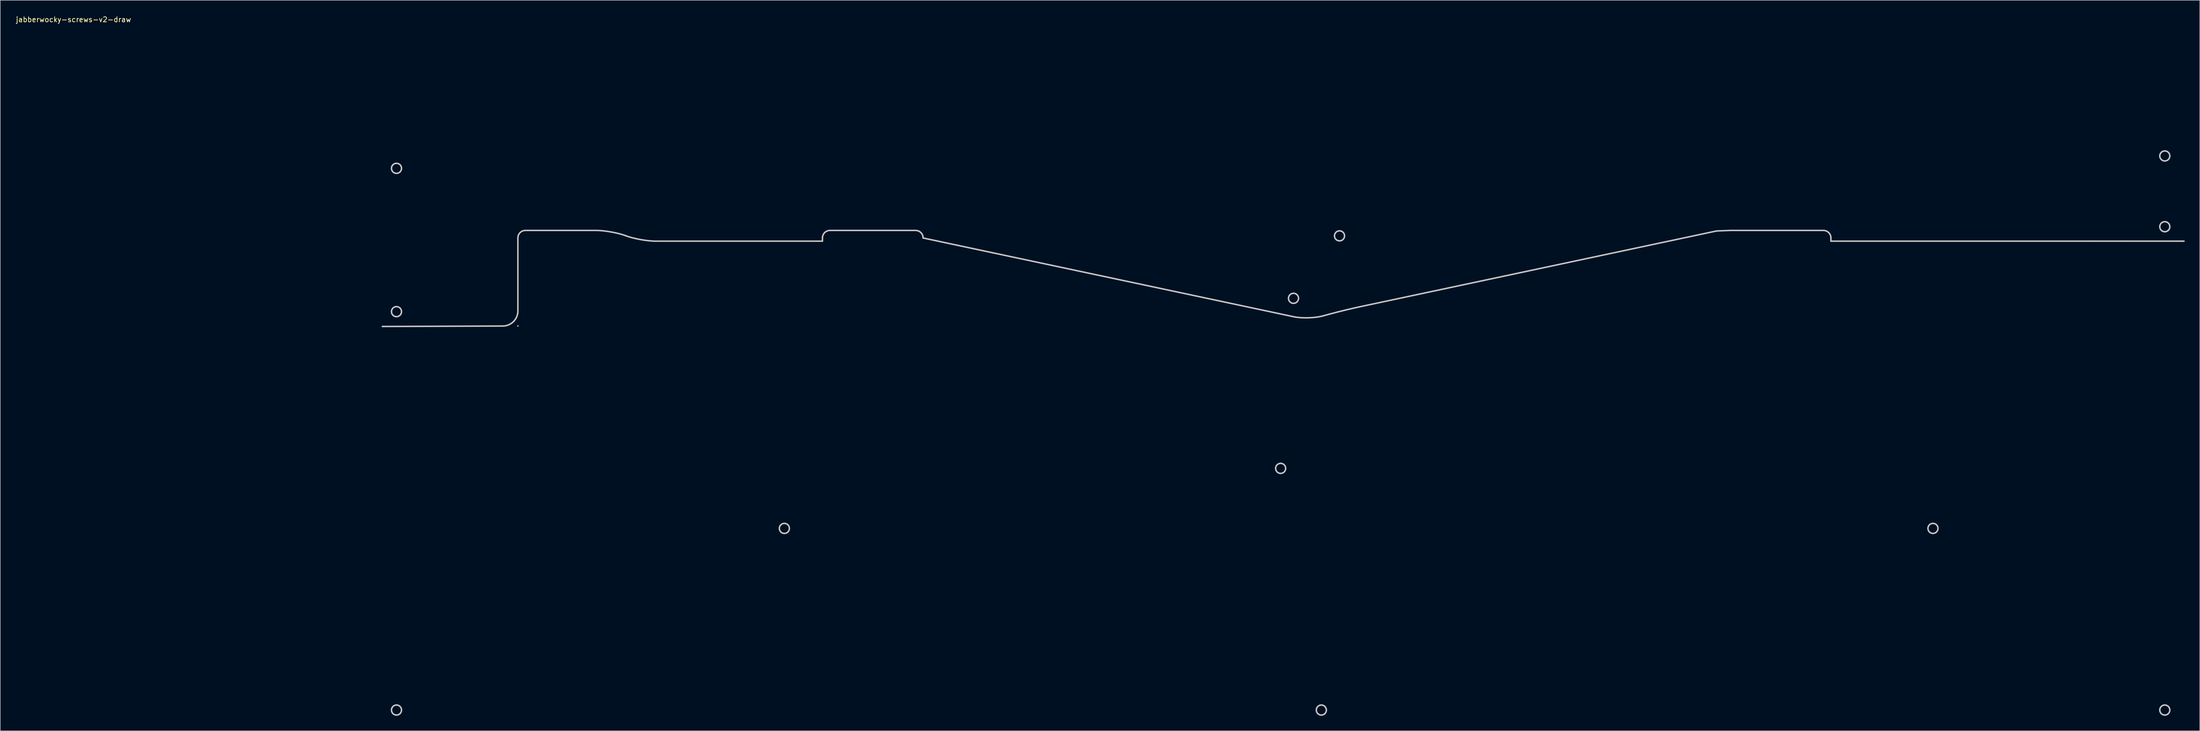
<source format=kicad_pcb>
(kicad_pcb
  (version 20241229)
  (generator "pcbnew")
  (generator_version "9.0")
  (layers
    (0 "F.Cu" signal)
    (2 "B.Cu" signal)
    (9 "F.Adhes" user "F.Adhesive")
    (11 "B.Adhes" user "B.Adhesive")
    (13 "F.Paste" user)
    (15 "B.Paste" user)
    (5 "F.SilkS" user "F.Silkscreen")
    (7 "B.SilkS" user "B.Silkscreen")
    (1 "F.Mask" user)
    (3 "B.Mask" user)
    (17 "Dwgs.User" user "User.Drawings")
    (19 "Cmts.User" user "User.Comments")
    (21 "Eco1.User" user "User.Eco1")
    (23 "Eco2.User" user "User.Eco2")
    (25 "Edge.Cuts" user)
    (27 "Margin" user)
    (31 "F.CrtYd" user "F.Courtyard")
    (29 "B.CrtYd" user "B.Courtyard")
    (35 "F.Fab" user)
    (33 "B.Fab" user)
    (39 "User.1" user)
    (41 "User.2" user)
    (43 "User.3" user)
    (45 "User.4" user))
  (footprint "jabberwocky-screws-v2-draw"
    (layer "F.Cu")
    (at 11.601 0.348)
    (property "Reference" "jabberwocky-screws-v2-draw" (at 0 0.5 0) (layer "F.SilkS") (effects (font (size 1 1) (thickness 0.15))))
    (attr through_hole)
    (fp_line (start 88.581 61.593) (end 88.581 61.593) (stroke (width 0.3) (type solid)) (layer "Dwgs.User"))
    (fp_line (start 149.291 44.043) (end 149.291 44.683) (stroke (width 0.3) (type solid)) (layer "Dwgs.User"))
    (fp_line (start 167.851 42.543) (end 150.791 42.543) (stroke (width 0.3) (type solid)) (layer "Dwgs.User"))
    (fp_line (start 169.351 44.051) (end 169.351 44.043) (stroke (width 0.3) (type solid)) (layer "Dwgs.User"))
    (fp_line (start 330.221 42.544) (end 327.633 42.648) (stroke (width 0.3) (type solid)) (layer "Dwgs.User"))
    (fp_line (start 348.811 42.543) (end 330.281 42.543) (stroke (width 0.3) (type solid)) (layer "Dwgs.User"))
    (fp_line (start 350.311 44.683) (end 350.311 44.043) (stroke (width 0.3) (type solid)) (layer "Dwgs.User"))
    (fp_curve (pts (xy 63.383 30.164) (xy 63.383 29.612) (xy 63.831 29.164) (xy 64.383 29.164)) (stroke (width 0.3) (type solid)) (layer "Dwgs.User"))
    (fp_curve (pts (xy 63.383 58.736) (xy 63.383 58.184) (xy 63.831 57.736) (xy 64.383 57.736)) (stroke (width 0.3) (type solid)) (layer "Dwgs.User"))
    (fp_curve (pts (xy 63.383 138.169) (xy 63.383 137.617) (xy 63.831 137.169) (xy 64.383 137.169)) (stroke (width 0.3) (type solid)) (layer "Dwgs.User"))
    (fp_curve (pts (xy 64.383 29.164) (xy 64.935 29.164) (xy 65.383 29.612) (xy 65.383 30.164)) (stroke (width 0.3) (type solid)) (layer "Dwgs.User"))
    (fp_curve (pts (xy 64.383 31.164) (xy 63.831 31.164) (xy 63.383 30.716) (xy 63.383 30.164)) (stroke (width 0.3) (type solid)) (layer "Dwgs.User"))
    (fp_curve (pts (xy 64.383 57.736) (xy 64.935 57.736) (xy 65.383 58.184) (xy 65.383 58.736)) (stroke (width 0.3) (type solid)) (layer "Dwgs.User"))
    (fp_curve (pts (xy 64.383 59.736) (xy 63.831 59.736) (xy 63.383 59.288) (xy 63.383 58.736)) (stroke (width 0.3) (type solid)) (layer "Dwgs.User"))
    (fp_curve (pts (xy 64.383 137.169) (xy 64.935 137.169) (xy 65.383 137.617) (xy 65.383 138.169)) (stroke (width 0.3) (type solid)) (layer "Dwgs.User"))
    (fp_curve (pts (xy 64.383 139.169) (xy 63.831 139.169) (xy 63.383 138.721) (xy 63.383 138.169)) (stroke (width 0.3) (type solid)) (layer "Dwgs.User"))
    (fp_curve (pts (xy 65.383 30.164) (xy 65.383 30.716) (xy 64.935 31.164) (xy 64.383 31.164)) (stroke (width 0.3) (type solid)) (layer "Dwgs.User"))
    (fp_curve (pts (xy 65.383 58.736) (xy 65.383 59.288) (xy 64.935 59.736) (xy 64.383 59.736)) (stroke (width 0.3) (type solid)) (layer "Dwgs.User"))
    (fp_curve (pts (xy 65.383 138.169) (xy 65.383 138.721) (xy 64.935 139.169) (xy 64.383 139.169)) (stroke (width 0.3) (type solid)) (layer "Dwgs.User"))
    (fp_curve (pts (xy 85.581 61.604) (xy 85.581 61.604) (xy 61.56 61.694) (xy 61.56 61.694)) (stroke (width 0.3) (type solid)) (layer "Dwgs.User"))
    (fp_curve (pts (xy 88.581 44.043) (xy 88.581 44.043) (xy 88.581 58.593) (xy 88.581 58.593)) (stroke (width 0.3) (type solid)) (layer "Dwgs.User"))
    (fp_curve (pts (xy 88.581 58.593) (xy 88.581 60.243) (xy 87.231 61.598) (xy 85.581 61.604)) (stroke (width 0.3) (type solid)) (layer "Dwgs.User"))
    (fp_curve (pts (xy 90.081 42.543) (xy 89.252 42.543) (xy 88.581 43.214) (xy 88.581 44.043)) (stroke (width 0.3) (type solid)) (layer "Dwgs.User"))
    (fp_curve (pts (xy 104.141 42.543) (xy 104.141 42.543) (xy 90.081 42.543) (xy 90.081 42.543)) (stroke (width 0.3) (type solid)) (layer "Dwgs.User"))
    (fp_curve (pts (xy 109.964 43.557) (xy 108.411 42.999) (xy 105.791 42.543) (xy 104.141 42.543)) (stroke (width 0.3) (type solid)) (layer "Dwgs.User"))
    (fp_curve (pts (xy 110.277 43.669) (xy 110.277 43.669) (xy 109.964 43.557) (xy 109.964 43.557)) (stroke (width 0.3) (type solid)) (layer "Dwgs.User"))
    (fp_curve (pts (xy 116.101 44.683) (xy 114.451 44.683) (xy 111.83 44.227) (xy 110.277 43.669)) (stroke (width 0.3) (type solid)) (layer "Dwgs.User"))
    (fp_curve (pts (xy 140.697 101.953) (xy 140.697 101.4) (xy 141.145 100.953) (xy 141.697 100.953)) (stroke (width 0.3) (type solid)) (layer "Dwgs.User"))
    (fp_curve (pts (xy 141.697 100.953) (xy 142.25 100.953) (xy 142.697 101.4) (xy 142.697 101.953)) (stroke (width 0.3) (type solid)) (layer "Dwgs.User"))
    (fp_curve (pts (xy 141.697 102.953) (xy 141.145 102.953) (xy 140.697 102.505) (xy 140.697 101.953)) (stroke (width 0.3) (type solid)) (layer "Dwgs.User"))
    (fp_curve (pts (xy 142.697 101.953) (xy 142.697 102.505) (xy 142.25 102.953) (xy 141.697 102.953)) (stroke (width 0.3) (type solid)) (layer "Dwgs.User"))
    (fp_curve (pts (xy 149.291 44.683) (xy 149.291 44.683) (xy 116.101 44.683) (xy 116.101 44.683)) (stroke (width 0.3) (type solid)) (layer "Dwgs.User"))
    (fp_curve (pts (xy 150.791 42.543) (xy 149.962 42.543) (xy 149.291 43.214) (xy 149.291 44.043)) (stroke (width 0.3) (type solid)) (layer "Dwgs.User"))
    (fp_curve (pts (xy 169.351 44.043) (xy 169.351 43.214) (xy 168.679 42.543) (xy 167.851 42.543)) (stroke (width 0.3) (type solid)) (layer "Dwgs.User"))
    (fp_curve (pts (xy 239.624 89.986) (xy 239.624 89.434) (xy 240.071 88.986) (xy 240.624 88.986)) (stroke (width 0.3) (type solid)) (layer "Dwgs.User"))
    (fp_curve (pts (xy 240.624 88.986) (xy 241.176 88.986) (xy 241.623 89.434) (xy 241.623 89.986)) (stroke (width 0.3) (type solid)) (layer "Dwgs.User"))
    (fp_curve (pts (xy 240.624 90.986) (xy 240.071 90.986) (xy 239.624 90.538) (xy 239.624 89.986)) (stroke (width 0.3) (type solid)) (layer "Dwgs.User"))
    (fp_curve (pts (xy 241.623 89.986) (xy 241.623 90.538) (xy 241.176 90.986) (xy 240.624 90.986)) (stroke (width 0.3) (type solid)) (layer "Dwgs.User"))
    (fp_curve (pts (xy 242.186 56.078) (xy 242.186 55.526) (xy 242.633 55.078) (xy 243.186 55.078)) (stroke (width 0.3) (type solid)) (layer "Dwgs.User"))
    (fp_curve (pts (xy 243.186 55.078) (xy 243.738 55.078) (xy 244.186 55.526) (xy 244.186 56.078)) (stroke (width 0.3) (type solid)) (layer "Dwgs.User"))
    (fp_curve (pts (xy 243.186 57.078) (xy 242.633 57.078) (xy 242.186 56.631) (xy 242.186 56.078)) (stroke (width 0.3) (type solid)) (layer "Dwgs.User"))
    (fp_curve (pts (xy 243.215 59.752) (xy 243.215 59.752) (xy 169.351 44.051) (xy 169.351 44.051)) (stroke (width 0.3) (type solid)) (layer "Dwgs.User"))
    (fp_curve (pts (xy 244.186 56.078) (xy 244.186 56.631) (xy 243.738 57.078) (xy 243.186 57.078)) (stroke (width 0.3) (type solid)) (layer "Dwgs.User"))
    (fp_curve (pts (xy 247.737 138.169) (xy 247.737 137.617) (xy 248.185 137.169) (xy 248.737 137.169)) (stroke (width 0.3) (type solid)) (layer "Dwgs.User"))
    (fp_curve (pts (xy 248.737 137.169) (xy 249.29 137.169) (xy 249.737 137.617) (xy 249.737 138.169)) (stroke (width 0.3) (type solid)) (layer "Dwgs.User"))
    (fp_curve (pts (xy 248.737 139.169) (xy 248.185 139.169) (xy 247.737 138.721) (xy 247.737 138.169)) (stroke (width 0.3) (type solid)) (layer "Dwgs.User"))
    (fp_curve (pts (xy 249.045 59.589) (xy 247.452 60.022) (xy 244.829 60.095) (xy 243.215 59.752)) (stroke (width 0.3) (type solid)) (layer "Dwgs.User"))
    (fp_curve (pts (xy 249.737 138.169) (xy 249.737 138.721) (xy 249.29 139.169) (xy 248.737 139.169)) (stroke (width 0.3) (type solid)) (layer "Dwgs.User"))
    (fp_curve (pts (xy 250.546 59.182) (xy 250.546 59.182) (xy 249.045 59.589) (xy 249.045 59.589)) (stroke (width 0.3) (type solid)) (layer "Dwgs.User"))
    (fp_curve (pts (xy 251.358 43.628) (xy 251.358 43.075) (xy 251.806 42.628) (xy 252.358 42.628)) (stroke (width 0.3) (type solid)) (layer "Dwgs.User"))
    (fp_curve (pts (xy 252.358 42.628) (xy 252.91 42.628) (xy 253.358 43.075) (xy 253.358 43.628)) (stroke (width 0.3) (type solid)) (layer "Dwgs.User"))
    (fp_curve (pts (xy 252.358 44.628) (xy 251.806 44.628) (xy 251.358 44.18) (xy 251.358 43.628)) (stroke (width 0.3) (type solid)) (layer "Dwgs.User"))
    (fp_curve (pts (xy 253.358 43.628) (xy 253.358 44.18) (xy 252.91 44.628) (xy 252.358 44.628)) (stroke (width 0.3) (type solid)) (layer "Dwgs.User"))
    (fp_curve (pts (xy 256.376 57.772) (xy 254.762 58.115) (xy 252.139 58.749) (xy 250.546 59.182)) (stroke (width 0.3) (type solid)) (layer "Dwgs.User"))
    (fp_curve (pts (xy 327.381 42.679) (xy 327.381 42.679) (xy 256.376 57.772) (xy 256.376 57.772)) (stroke (width 0.3) (type solid)) (layer "Dwgs.User"))
    (fp_curve (pts (xy 327.633 42.648) (xy 327.548 42.651) (xy 327.464 42.662) (xy 327.381 42.679)) (stroke (width 0.3) (type solid)) (layer "Dwgs.User"))
    (fp_curve (pts (xy 330.281 42.543) (xy 330.261 42.543) (xy 330.241 42.543) (xy 330.221 42.544)) (stroke (width 0.3) (type solid)) (layer "Dwgs.User"))
    (fp_curve (pts (xy 350.311 44.043) (xy 350.311 43.214) (xy 349.639 42.543) (xy 348.811 42.543)) (stroke (width 0.3) (type solid)) (layer "Dwgs.User"))
    (fp_curve (pts (xy 369.65 101.953) (xy 369.65 101.4) (xy 370.098 100.953) (xy 370.65 100.953)) (stroke (width 0.3) (type solid)) (layer "Dwgs.User"))
    (fp_curve (pts (xy 370.65 100.953) (xy 371.202 100.953) (xy 371.65 101.4) (xy 371.65 101.953)) (stroke (width 0.3) (type solid)) (layer "Dwgs.User"))
    (fp_curve (pts (xy 370.65 102.953) (xy 370.098 102.953) (xy 369.65 102.505) (xy 369.65 101.953)) (stroke (width 0.3) (type solid)) (layer "Dwgs.User"))
    (fp_curve (pts (xy 371.65 101.953) (xy 371.65 102.505) (xy 371.202 102.953) (xy 370.65 102.953)) (stroke (width 0.3) (type solid)) (layer "Dwgs.User"))
    (fp_curve (pts (xy 402.541 44.683) (xy 402.541 44.683) (xy 350.311 44.683) (xy 350.311 44.683)) (stroke (width 0.3) (type solid)) (layer "Dwgs.User"))
    (fp_curve (pts (xy 408.541 44.683) (xy 406.891 44.683) (xy 404.191 44.683) (xy 402.541 44.683)) (stroke (width 0.3) (type solid)) (layer "Dwgs.User"))
    (fp_curve (pts (xy 415.864 27.694) (xy 415.864 27.142) (xy 416.312 26.694) (xy 416.864 26.694)) (stroke (width 0.3) (type solid)) (layer "Dwgs.User"))
    (fp_curve (pts (xy 415.864 41.803) (xy 415.864 41.251) (xy 416.312 40.803) (xy 416.864 40.803)) (stroke (width 0.3) (type solid)) (layer "Dwgs.User"))
    (fp_curve (pts (xy 415.864 138.169) (xy 415.864 137.617) (xy 416.312 137.169) (xy 416.864 137.169)) (stroke (width 0.3) (type solid)) (layer "Dwgs.User"))
    (fp_curve (pts (xy 416.864 26.694) (xy 417.416 26.694) (xy 417.864 27.142) (xy 417.864 27.694)) (stroke (width 0.3) (type solid)) (layer "Dwgs.User"))
    (fp_curve (pts (xy 416.864 28.694) (xy 416.312 28.694) (xy 415.864 28.246) (xy 415.864 27.694)) (stroke (width 0.3) (type solid)) (layer "Dwgs.User"))
    (fp_curve (pts (xy 416.864 40.803) (xy 417.416 40.803) (xy 417.864 41.251) (xy 417.864 41.803)) (stroke (width 0.3) (type solid)) (layer "Dwgs.User"))
    (fp_curve (pts (xy 416.864 42.803) (xy 416.312 42.803) (xy 415.864 42.355) (xy 415.864 41.803)) (stroke (width 0.3) (type solid)) (layer "Dwgs.User"))
    (fp_curve (pts (xy 416.864 137.169) (xy 417.416 137.169) (xy 417.864 137.617) (xy 417.864 138.169)) (stroke (width 0.3) (type solid)) (layer "Dwgs.User"))
    (fp_curve (pts (xy 416.864 139.169) (xy 416.312 139.169) (xy 415.864 138.721) (xy 415.864 138.169)) (stroke (width 0.3) (type solid)) (layer "Dwgs.User"))
    (fp_curve (pts (xy 417.864 138.169) (xy 417.864 138.721) (xy 417.416 139.169) (xy 416.864 139.169)) (stroke (width 0.3) (type solid)) (layer "Dwgs.User"))
    (fp_curve (pts (xy 417.864 27.694) (xy 417.864 28.246) (xy 417.416 28.694) (xy 416.864 28.694)) (stroke (width 0.3) (type solid)) (layer "Dwgs.User"))
    (fp_curve (pts (xy 417.864 41.803) (xy 417.864 42.355) (xy 417.416 42.803) (xy 416.864 42.803)) (stroke (width 0.3) (type solid)) (layer "Dwgs.User"))
    (fp_curve (pts (xy 420.688 44.683) (xy 420.688 44.683) (xy 408.541 44.683) (xy 408.541 44.683)) (stroke (width 0.3) (type solid)) (layer "Dwgs.User")))
  (gr_rect
    (start -3 -3)
    (end 435.439 142.667)
    (stroke (width 0.1) (type default))
    (fill no)
    (layer "Edge.Cuts")))
</source>
